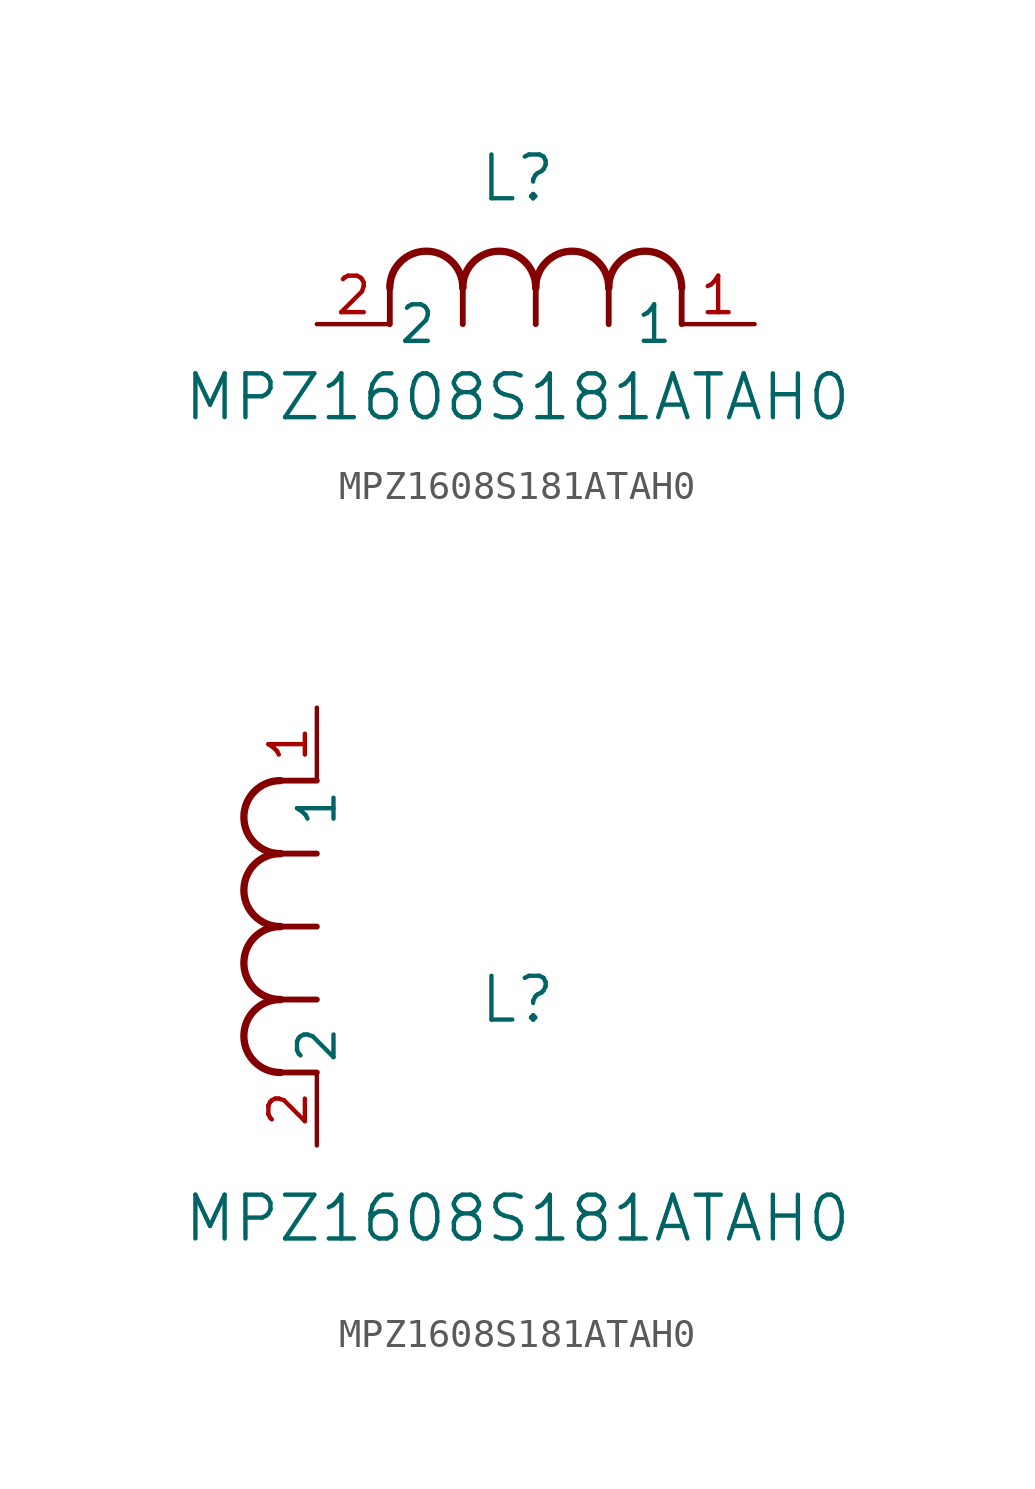
<source format=kicad_sym>
(kicad_symbol_lib
  (version 20211014)
  (generator kicad_symbol_editor)
  (symbol "MPZ1608S181ATAH0"
    (pin_names
      (offset 0.254))
    (property "Reference" "L"
      (at 6.985 5.08 0)
      (effects (font (size 1.524 1.524))))
    (property "Value" "MPZ1608S181ATAH0"
      (at 6.985 -2.54 0)
      (effects (font (size 1.524 1.524))))
    (symbol "MPZ1608S181ATAH0_1_1"
      (arc (start 7.62 1.27) (mid 6.35 2.54) (end 5.08 1.27) (stroke (width 0.254) (type default) (color 0 0 0 0)) (fill (type none)))
      (polyline (pts (xy 5.08 0) (xy 5.08 1.27)) (stroke (width 0.203) (type default) (color 0 0 0 0)) (fill (type none)))
      (polyline (pts (xy 7.62 0) (xy 7.62 1.27)) (stroke (width 0.203) (type default) (color 0 0 0 0)) (fill (type none)))
      (polyline (pts (xy 12.7 0) (xy 12.7 1.27)) (stroke (width 0.203) (type default) (color 0 0 0 0)) (fill (type none)))
      (arc (start 5.08 1.27) (mid 3.81 2.54) (end 2.54 1.27) (stroke (width 0.254) (type default) (color 0 0 0 0)) (fill (type none)))
      (arc (start 10.16 1.27) (mid 8.89 2.54) (end 7.62 1.27) (stroke (width 0.254) (type default) (color 0 0 0 0)) (fill (type none)))
      (arc (start 12.7 1.27) (mid 11.43 2.54) (end 10.16 1.27) (stroke (width 0.254) (type default) (color 0 0 0 0)) (fill (type none)))
      (polyline (pts (xy 2.54 0) (xy 2.54 1.27)) (stroke (width 0.203) (type default) (color 0 0 0 0)) (fill (type none)))
      (polyline (pts (xy 10.16 0) (xy 10.16 1.27)) (stroke (width 0.203) (type default) (color 0 0 0 0)) (fill (type none)))
      (pin unspecified line (at 0 0 0) (length 2.54) (name "2" (effects (font (size 1.27 1.27)))) (number "2" (effects (font (size 1.27 1.27)))))
      (pin unspecified line (at 15.24 0 180) (length 2.54) (name "1" (effects (font (size 1.27 1.27)))) (number "1" (effects (font (size 1.27 1.27))))))
    (symbol "MPZ1608S181ATAH0_1_2"
      (arc (start -1.27 7.62) (mid -2.54 6.35) (end -1.27 5.08) (stroke (width 0.254) (type default) (color 0 0 0 0)) (fill (type none)))
      (arc (start -1.27 5.08) (mid -2.54 3.81) (end -1.27 2.54) (stroke (width 0.254) (type default) (color 0 0 0 0)) (fill (type none)))
      (arc (start -1.27 12.7) (mid -2.54 11.43) (end -1.27 10.16) (stroke (width 0.254) (type default) (color 0 0 0 0)) (fill (type none)))
      (arc (start -1.27 10.16) (mid -2.54 8.89) (end -1.27 7.62) (stroke (width 0.254) (type default) (color 0 0 0 0)) (fill (type none)))
      (polyline (pts (xy 0 7.62) (xy -1.27 7.62)) (stroke (width 0.203) (type default) (color 0 0 0 0)) (fill (type none)))
      (polyline (pts (xy 0 5.08) (xy -1.27 5.08)) (stroke (width 0.203) (type default) (color 0 0 0 0)) (fill (type none)))
      (polyline (pts (xy 0 12.7) (xy -1.27 12.7)) (stroke (width 0.203) (type default) (color 0 0 0 0)) (fill (type none)))
      (polyline (pts (xy 0 2.54) (xy -1.27 2.54)) (stroke (width 0.203) (type default) (color 0 0 0 0)) (fill (type none)))
      (polyline (pts (xy 0 10.16) (xy -1.27 10.16)) (stroke (width 0.203) (type default) (color 0 0 0 0)) (fill (type none)))
      (pin unspecified line (at 0 0 90) (length 2.54) (name "2" (effects (font (size 1.27 1.27)))) (number "2" (effects (font (size 1.27 1.27)))))
      (pin unspecified line (at 0 15.24 270) (length 2.54) (name "1" (effects (font (size 1.27 1.27)))) (number "1" (effects (font (size 1.27 1.27))))))))
</source>
